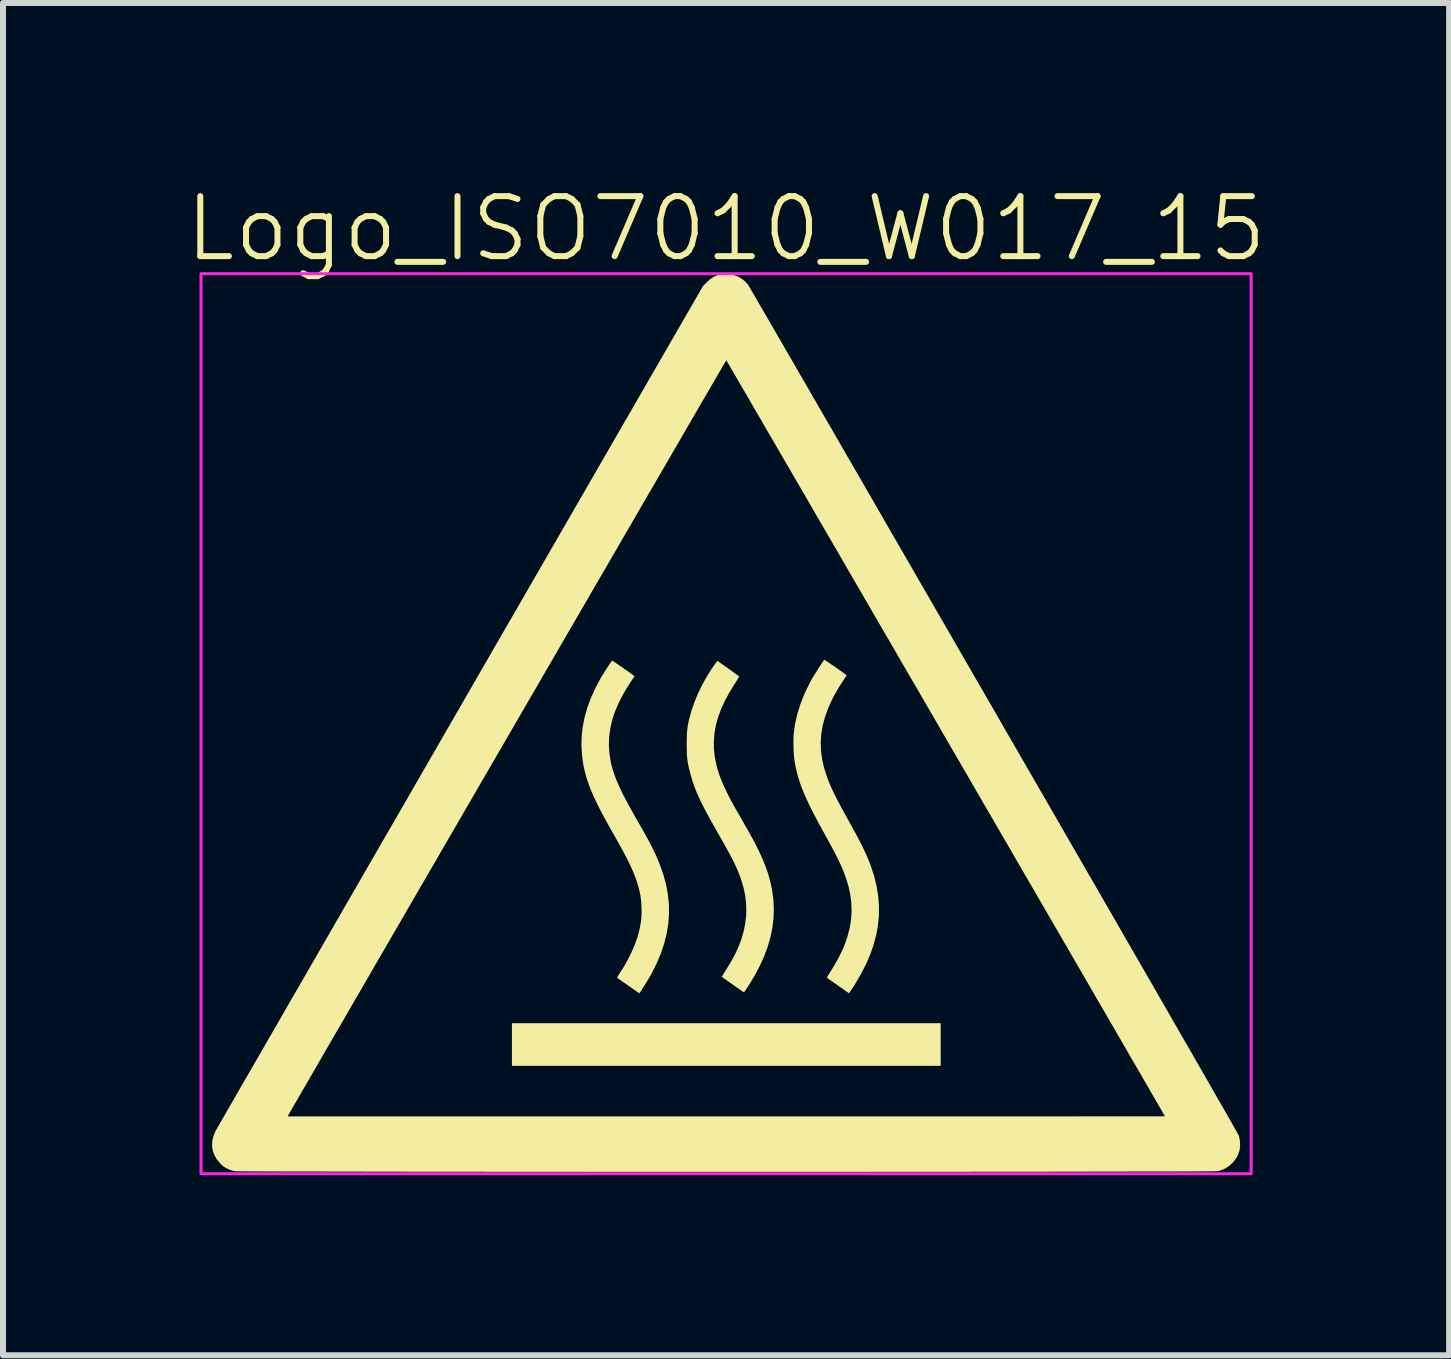
<source format=kicad_pcb>
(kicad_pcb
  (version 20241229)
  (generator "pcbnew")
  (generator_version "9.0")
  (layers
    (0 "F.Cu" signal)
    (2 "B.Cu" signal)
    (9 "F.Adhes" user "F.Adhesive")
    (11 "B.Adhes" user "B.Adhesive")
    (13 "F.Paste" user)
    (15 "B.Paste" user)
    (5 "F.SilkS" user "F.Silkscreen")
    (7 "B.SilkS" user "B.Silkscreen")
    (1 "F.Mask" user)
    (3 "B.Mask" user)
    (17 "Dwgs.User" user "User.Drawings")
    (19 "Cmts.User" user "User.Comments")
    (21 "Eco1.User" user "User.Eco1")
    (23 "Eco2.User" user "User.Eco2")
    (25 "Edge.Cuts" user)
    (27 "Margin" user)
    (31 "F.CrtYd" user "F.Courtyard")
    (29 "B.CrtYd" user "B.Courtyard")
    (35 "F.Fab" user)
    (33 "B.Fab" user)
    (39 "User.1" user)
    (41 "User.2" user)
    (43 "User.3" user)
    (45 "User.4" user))
  (footprint "Logo_ISO7010_W017_15"
    (layer "F.Cu")
    (at 9.05 9.011)
    (property "Reference" "Logo_ISO7010_W017_15" (at 0 -8.25 0) (unlocked yes) (layer "F.SilkS") (effects (font (size 1 1) (thickness 0.1))))
    (attr smd exclude_from_pos_files exclude_from_bom)
    (fp_poly (pts (xy 3.576 5.346) (xy 3.576 5.701) (xy 0.004 5.701) (xy -3.569 5.701) (xy -3.569 5.346) (xy -3.569 4.991) (xy 0.004 4.991) (xy 3.576 4.991)) (stroke (width 0) (type solid)) (fill yes) (layer "F.SilkS"))
    (fp_poly (pts (xy 1.642 -1.063) (xy 1.658 -1.052) (xy 1.683 -1.036) (xy 1.715 -1.015) (xy 1.752 -0.99) (xy 1.792 -0.963) (xy 1.833 -0.935) (xy 1.873 -0.906) (xy 1.912 -0.879) (xy 1.946 -0.855) (xy 1.975 -0.834) (xy 1.996 -0.818) (xy 2.007 -0.809) (xy 2.004 -0.802) (xy 1.995 -0.786) (xy 1.979 -0.761) (xy 1.96 -0.731) (xy 1.948 -0.713) (xy 1.886 -0.617) (xy 1.833 -0.528) (xy 1.786 -0.443) (xy 1.745 -0.358) (xy 1.706 -0.27) (xy 1.696 -0.245) (xy 1.646 -0.104) (xy 1.609 0.036) (xy 1.586 0.174) (xy 1.577 0.312) (xy 1.582 0.451) (xy 1.601 0.592) (xy 1.633 0.735) (xy 1.68 0.881) (xy 1.71 0.961) (xy 1.728 1.006) (xy 1.747 1.05) (xy 1.767 1.094) (xy 1.789 1.14) (xy 1.812 1.189) (xy 1.839 1.242) (xy 1.87 1.3) (xy 1.904 1.365) (xy 1.944 1.438) (xy 1.989 1.52) (xy 2.04 1.613) (xy 2.081 1.686) (xy 2.149 1.81) (xy 2.21 1.924) (xy 2.263 2.028) (xy 2.31 2.126) (xy 2.351 2.217) (xy 2.387 2.305) (xy 2.415 2.378) (xy 2.469 2.545) (xy 2.509 2.71) (xy 2.535 2.874) (xy 2.548 3.037) (xy 2.547 3.199) (xy 2.531 3.36) (xy 2.502 3.522) (xy 2.458 3.685) (xy 2.401 3.849) (xy 2.329 4.014) (xy 2.242 4.181) (xy 2.154 4.331) (xy 2.131 4.367) (xy 2.109 4.402) (xy 2.09 4.432) (xy 2.075 4.453) (xy 2.072 4.457) (xy 2.048 4.492) (xy 1.866 4.364) (xy 1.821 4.332) (xy 1.779 4.303) (xy 1.743 4.278) (xy 1.713 4.257) (xy 1.693 4.242) (xy 1.682 4.234) (xy 1.681 4.233) (xy 1.683 4.226) (xy 1.692 4.209) (xy 1.707 4.184) (xy 1.726 4.153) (xy 1.739 4.132) (xy 1.808 4.02) (xy 1.867 3.915) (xy 1.917 3.816) (xy 1.961 3.719) (xy 1.997 3.624) (xy 2.025 3.539) (xy 2.061 3.4) (xy 2.083 3.261) (xy 2.092 3.123) (xy 2.087 2.983) (xy 2.069 2.842) (xy 2.037 2.698) (xy 1.991 2.551) (xy 1.952 2.448) (xy 1.93 2.395) (xy 1.905 2.339) (xy 1.876 2.279) (xy 1.844 2.214) (xy 1.808 2.143) (xy 1.766 2.064) (xy 1.718 1.975) (xy 1.663 1.876) (xy 1.645 1.843) (xy 1.57 1.707) (xy 1.503 1.582) (xy 1.443 1.466) (xy 1.39 1.36) (xy 1.343 1.261) (xy 1.302 1.168) (xy 1.266 1.08) (xy 1.235 0.996) (xy 1.209 0.915) (xy 1.186 0.836) (xy 1.167 0.757) (xy 1.151 0.677) (xy 1.139 0.608) (xy 1.133 0.558) (xy 1.128 0.498) (xy 1.125 0.43) (xy 1.123 0.36) (xy 1.123 0.291) (xy 1.124 0.227) (xy 1.127 0.172) (xy 1.128 0.157) (xy 1.152 -0.007) (xy 1.19 -0.173) (xy 1.243 -0.339) (xy 1.31 -0.507) (xy 1.392 -0.675) (xy 1.429 -0.744) (xy 1.445 -0.77) (xy 1.467 -0.806) (xy 1.493 -0.848) (xy 1.521 -0.893) (xy 1.55 -0.939) (xy 1.579 -0.982) (xy 1.604 -1.02) (xy 1.625 -1.051) (xy 1.635 -1.066)) (stroke (width 0) (type solid)) (fill yes) (layer "F.SilkS"))
    (fp_poly (pts (xy -1.892 -1.048) (xy -1.874 -1.037) (xy -1.848 -1.02) (xy -1.815 -0.998) (xy -1.777 -0.972) (xy -1.734 -0.942) (xy -1.69 -0.911) (xy -1.645 -0.879) (xy -1.601 -0.848) (xy -1.56 -0.818) (xy -1.549 -0.809) (xy -1.525 -0.792) (xy -1.577 -0.716) (xy -1.659 -0.589) (xy -1.732 -0.461) (xy -1.796 -0.334) (xy -1.848 -0.209) (xy -1.89 -0.09) (xy -1.897 -0.063) (xy -1.93 0.08) (xy -1.949 0.224) (xy -1.953 0.368) (xy -1.942 0.511) (xy -1.918 0.653) (xy -1.909 0.688) (xy -1.891 0.755) (xy -1.87 0.821) (xy -1.846 0.889) (xy -1.819 0.96) (xy -1.786 1.034) (xy -1.749 1.113) (xy -1.707 1.199) (xy -1.658 1.292) (xy -1.602 1.394) (xy -1.54 1.506) (xy -1.494 1.587) (xy -1.434 1.691) (xy -1.382 1.784) (xy -1.335 1.867) (xy -1.294 1.942) (xy -1.258 2.01) (xy -1.226 2.073) (xy -1.198 2.131) (xy -1.172 2.186) (xy -1.148 2.24) (xy -1.125 2.294) (xy -1.105 2.345) (xy -1.045 2.513) (xy -1 2.679) (xy -0.97 2.844) (xy -0.953 3.008) (xy -0.951 3.171) (xy -0.963 3.334) (xy -0.99 3.498) (xy -1.031 3.662) (xy -1.086 3.826) (xy -1.156 3.992) (xy -1.24 4.16) (xy -1.266 4.206) (xy -1.28 4.231) (xy -1.298 4.261) (xy -1.32 4.296) (xy -1.343 4.333) (xy -1.367 4.371) (xy -1.389 4.407) (xy -1.41 4.439) (xy -1.427 4.465) (xy -1.439 4.483) (xy -1.446 4.492) (xy -1.446 4.492) (xy -1.452 4.488) (xy -1.469 4.476) (xy -1.494 4.459) (xy -1.528 4.435) (xy -1.567 4.408) (xy -1.611 4.377) (xy -1.63 4.364) (xy -1.676 4.332) (xy -1.717 4.303) (xy -1.753 4.277) (xy -1.783 4.256) (xy -1.804 4.241) (xy -1.815 4.233) (xy -1.816 4.232) (xy -1.813 4.225) (xy -1.804 4.208) (xy -1.789 4.184) (xy -1.77 4.153) (xy -1.761 4.139) (xy -1.72 4.075) (xy -1.685 4.018) (xy -1.654 3.963) (xy -1.624 3.906) (xy -1.591 3.84) (xy -1.584 3.825) (xy -1.525 3.691) (xy -1.478 3.561) (xy -1.443 3.431) (xy -1.419 3.301) (xy -1.417 3.288) (xy -1.411 3.22) (xy -1.408 3.144) (xy -1.409 3.063) (xy -1.414 2.983) (xy -1.421 2.908) (xy -1.428 2.861) (xy -1.442 2.792) (xy -1.459 2.724) (xy -1.479 2.656) (xy -1.502 2.586) (xy -1.53 2.513) (xy -1.562 2.437) (xy -1.599 2.355) (xy -1.642 2.267) (xy -1.692 2.171) (xy -1.748 2.067) (xy -1.811 1.953) (xy -1.88 1.832) (xy -1.959 1.692) (xy -2.03 1.563) (xy -2.094 1.443) (xy -2.15 1.332) (xy -2.199 1.228) (xy -2.242 1.13) (xy -2.279 1.037) (xy -2.31 0.949) (xy -2.337 0.863) (xy -2.358 0.779) (xy -2.376 0.696) (xy -2.39 0.612) (xy -2.4 0.528) (xy -2.41 0.369) (xy -2.407 0.211) (xy -2.389 0.053) (xy -2.358 -0.106) (xy -2.313 -0.266) (xy -2.253 -0.428) (xy -2.179 -0.591) (xy -2.103 -0.736) (xy -2.087 -0.765) (xy -2.066 -0.799) (xy -2.042 -0.837) (xy -2.017 -0.878) (xy -1.991 -0.918) (xy -1.966 -0.957) (xy -1.943 -0.991) (xy -1.923 -1.02) (xy -1.908 -1.04) (xy -1.9 -1.05) (xy -1.899 -1.051)) (stroke (width 0) (type solid)) (fill yes) (layer "F.SilkS"))
    (fp_poly (pts (xy -0.135 -1.04) (xy -0.117 -1.028) (xy -0.091 -1.01) (xy -0.059 -0.988) (xy -0.022 -0.962) (xy 0.018 -0.934) (xy 0.058 -0.905) (xy 0.097 -0.877) (xy 0.134 -0.85) (xy 0.166 -0.827) (xy 0.192 -0.809) (xy 0.209 -0.796) (xy 0.215 -0.791) (xy 0.214 -0.783) (xy 0.205 -0.765) (xy 0.19 -0.738) (xy 0.169 -0.705) (xy 0.149 -0.673) (xy 0.058 -0.526) (xy -0.019 -0.384) (xy -0.083 -0.245) (xy -0.133 -0.109) (xy -0.17 0.025) (xy -0.194 0.158) (xy -0.204 0.29) (xy -0.203 0.421) (xy -0.188 0.554) (xy -0.162 0.686) (xy -0.139 0.771) (xy -0.11 0.858) (xy -0.076 0.948) (xy -0.035 1.043) (xy 0.013 1.144) (xy 0.068 1.252) (xy 0.132 1.37) (xy 0.178 1.451) (xy 0.23 1.541) (xy 0.275 1.62) (xy 0.314 1.689) (xy 0.348 1.748) (xy 0.377 1.799) (xy 0.402 1.844) (xy 0.423 1.883) (xy 0.442 1.917) (xy 0.459 1.948) (xy 0.474 1.977) (xy 0.489 2.005) (xy 0.503 2.033) (xy 0.505 2.037) (xy 0.566 2.162) (xy 0.618 2.279) (xy 0.662 2.389) (xy 0.699 2.495) (xy 0.729 2.601) (xy 0.754 2.707) (xy 0.765 2.764) (xy 0.788 2.923) (xy 0.796 3.081) (xy 0.791 3.24) (xy 0.772 3.4) (xy 0.739 3.56) (xy 0.692 3.721) (xy 0.631 3.884) (xy 0.556 4.048) (xy 0.466 4.215) (xy 0.362 4.384) (xy 0.362 4.384) (xy 0.341 4.416) (xy 0.322 4.444) (xy 0.309 4.464) (xy 0.3 4.476) (xy 0.299 4.477) (xy 0.293 4.473) (xy 0.276 4.462) (xy 0.25 4.444) (xy 0.217 4.421) (xy 0.177 4.393) (xy 0.133 4.362) (xy 0.114 4.349) (xy 0.068 4.317) (xy 0.027 4.288) (xy -0.009 4.262) (xy -0.039 4.242) (xy -0.059 4.227) (xy -0.07 4.219) (xy -0.071 4.218) (xy -0.069 4.211) (xy -0.059 4.195) (xy -0.044 4.171) (xy -0.025 4.141) (xy -0.02 4.132) (xy 0.069 3.99) (xy 0.144 3.853) (xy 0.206 3.719) (xy 0.256 3.589) (xy 0.293 3.46) (xy 0.319 3.332) (xy 0.334 3.204) (xy 0.337 3.1) (xy 0.333 2.979) (xy 0.318 2.861) (xy 0.294 2.743) (xy 0.259 2.622) (xy 0.238 2.562) (xy 0.221 2.514) (xy 0.203 2.469) (xy 0.184 2.424) (xy 0.164 2.378) (xy 0.141 2.33) (xy 0.116 2.278) (xy 0.087 2.222) (xy 0.054 2.16) (xy 0.015 2.09) (xy -0.028 2.012) (xy -0.078 1.924) (xy -0.134 1.825) (xy -0.141 1.814) (xy -0.21 1.692) (xy -0.271 1.582) (xy -0.326 1.481) (xy -0.375 1.388) (xy -0.417 1.303) (xy -0.455 1.223) (xy -0.488 1.149) (xy -0.517 1.077) (xy -0.542 1.008) (xy -0.565 0.94) (xy -0.585 0.871) (xy -0.603 0.801) (xy -0.619 0.739) (xy -0.631 0.685) (xy -0.64 0.636) (xy -0.646 0.589) (xy -0.651 0.54) (xy -0.654 0.487) (xy -0.655 0.426) (xy -0.656 0.355) (xy -0.656 0.341) (xy -0.656 0.266) (xy -0.654 0.204) (xy -0.652 0.149) (xy -0.647 0.1) (xy -0.641 0.052) (xy -0.633 0.004) (xy -0.622 -0.049) (xy -0.608 -0.108) (xy -0.572 -0.233) (xy -0.526 -0.364) (xy -0.471 -0.497) (xy -0.408 -0.629) (xy -0.337 -0.758) (xy -0.337 -0.759) (xy -0.313 -0.799) (xy -0.287 -0.841) (xy -0.26 -0.884) (xy -0.233 -0.925) (xy -0.207 -0.962) (xy -0.184 -0.995) (xy -0.165 -1.021) (xy -0.151 -1.038) (xy -0.143 -1.045) (xy -0.142 -1.045)) (stroke (width 0) (type solid)) (fill yes) (layer "F.SilkS"))
    (fp_poly (pts (xy 0.05 -7.494) (xy 0.125 -7.479) (xy 0.197 -7.452) (xy 0.263 -7.415) (xy 0.321 -7.367) (xy 0.369 -7.312) (xy 0.374 -7.303) (xy 0.386 -7.283) (xy 0.405 -7.25) (xy 0.431 -7.205) (xy 0.464 -7.149) (xy 0.504 -7.081) (xy 0.549 -7.002) (xy 0.602 -6.912) (xy 0.66 -6.811) (xy 0.724 -6.7) (xy 0.794 -6.579) (xy 0.87 -6.448) (xy 0.951 -6.308) (xy 1.038 -6.158) (xy 1.13 -5.999) (xy 1.227 -5.831) (xy 1.329 -5.655) (xy 1.436 -5.47) (xy 1.547 -5.277) (xy 1.663 -5.077) (xy 1.783 -4.869) (xy 1.908 -4.653) (xy 2.036 -4.431) (xy 2.169 -4.202) (xy 2.305 -3.966) (xy 2.445 -3.724) (xy 2.588 -3.476) (xy 2.734 -3.222) (xy 2.884 -2.963) (xy 3.037 -2.699) (xy 3.192 -2.429) (xy 3.351 -2.155) (xy 3.511 -1.877) (xy 3.675 -1.594) (xy 3.84 -1.307) (xy 4.008 -1.017) (xy 4.177 -0.723) (xy 4.349 -0.426) (xy 4.464 -0.227) (xy 4.698 0.18) (xy 4.926 0.574) (xy 5.146 0.955) (xy 5.359 1.324) (xy 5.565 1.681) (xy 5.763 2.025) (xy 5.955 2.357) (xy 6.139 2.676) (xy 6.316 2.983) (xy 6.486 3.278) (xy 6.649 3.561) (xy 6.805 3.832) (xy 6.955 4.091) (xy 7.097 4.338) (xy 7.232 4.573) (xy 7.361 4.796) (xy 7.482 5.008) (xy 7.597 5.208) (xy 7.706 5.396) (xy 7.807 5.572) (xy 7.902 5.737) (xy 7.99 5.89) (xy 8.071 6.032) (xy 8.146 6.163) (xy 8.214 6.282) (xy 8.276 6.39) (xy 8.332 6.486) (xy 8.38 6.572) (xy 8.423 6.646) (xy 8.459 6.71) (xy 8.488 6.762) (xy 8.512 6.804) (xy 8.529 6.834) (xy 8.539 6.854) (xy 8.544 6.863) (xy 8.544 6.863) (xy 8.557 6.914) (xy 8.565 6.973) (xy 8.566 7.032) (xy 8.561 7.086) (xy 8.557 7.109) (xy 8.533 7.18) (xy 8.499 7.244) (xy 8.453 7.303) (xy 8.432 7.325) (xy 8.369 7.38) (xy 8.302 7.42) (xy 8.23 7.447) (xy 8.189 7.457) (xy 8.179 7.457) (xy 8.154 7.458) (xy 8.116 7.458) (xy 8.063 7.459) (xy 7.998 7.459) (xy 7.92 7.46) (xy 7.829 7.46) (xy 7.726 7.461) (xy 7.611 7.461) (xy 7.485 7.462) (xy 7.348 7.462) (xy 7.2 7.462) (xy 7.042 7.463) (xy 6.874 7.463) (xy 6.697 7.463) (xy 6.51 7.464) (xy 6.314 7.464) (xy 6.109 7.464) (xy 5.897 7.465) (xy 5.677 7.465) (xy 5.449 7.465) (xy 5.214 7.466) (xy 4.972 7.466) (xy 4.724 7.466) (xy 4.471 7.466) (xy 4.211 7.466) (xy 3.946 7.467) (xy 3.676 7.467) (xy 3.402 7.467) (xy 3.124 7.467) (xy 2.841 7.467) (xy 2.556 7.467) (xy 2.267 7.468) (xy 1.975 7.468) (xy 1.681 7.468) (xy 1.385 7.468) (xy 1.087 7.468) (xy 0.788 7.468) (xy 0.488 7.468) (xy 0.187 7.468) (xy -0.113 7.468) (xy -0.414 7.468) (xy -0.714 7.468) (xy -1.014 7.468) (xy -1.312 7.468) (xy -1.608 7.468) (xy -1.903 7.468) (xy -2.195 7.468) (xy -2.485 7.467) (xy -2.771 7.467) (xy -3.055 7.467) (xy -3.334 7.467) (xy -3.61 7.467) (xy -3.881 7.467) (xy -4.147 7.466) (xy -4.408 7.466) (xy -4.663 7.466) (xy -4.912 7.466) (xy -5.156 7.466) (xy -5.392 7.465) (xy -5.622 7.465) (xy -5.844 7.465) (xy -6.059 7.464) (xy -6.265 7.464) (xy -6.463 7.464) (xy -6.652 7.463) (xy -6.832 7.463) (xy -7.003 7.463) (xy -7.164 7.462) (xy -7.314 7.462) (xy -7.454 7.462) (xy -7.583 7.461) (xy -7.701 7.461) (xy -7.807 7.46) (xy -7.9 7.46) (xy -7.982 7.459) (xy -8.051 7.459) (xy -8.106 7.458) (xy -8.148 7.458) (xy -8.177 7.457) (xy -8.191 7.457) (xy -8.192 7.456) (xy -8.228 7.447) (xy -8.27 7.433) (xy -8.309 7.416) (xy -8.342 7.399) (xy -8.37 7.381) (xy -8.397 7.359) (xy -8.428 7.33) (xy -8.431 7.326) (xy -8.486 7.261) (xy -8.526 7.192) (xy -8.553 7.12) (xy -8.566 7.044) (xy -8.564 6.967) (xy -8.548 6.888) (xy -8.518 6.808) (xy -8.502 6.776) (xy -8.496 6.766) (xy -8.484 6.745) (xy -8.465 6.711) (xy -8.438 6.665) (xy -8.405 6.608) (xy -8.369 6.544) (xy -7.307 6.544) (xy 0.003 6.544) (xy 0.33 6.544) (xy 0.654 6.544) (xy 0.973 6.544) (xy 1.289 6.544) (xy 1.6 6.544) (xy 1.906 6.544) (xy 2.207 6.544) (xy 2.502 6.544) (xy 2.792 6.544) (xy 3.076 6.544) (xy 3.353 6.544) (xy 3.624 6.544) (xy 3.887 6.544) (xy 4.144 6.544) (xy 4.393 6.544) (xy 4.633 6.544) (xy 4.866 6.544) (xy 5.09 6.544) (xy 5.306 6.544) (xy 5.512 6.544) (xy 5.708 6.544) (xy 5.895 6.543) (xy 6.072 6.543) (xy 6.238 6.543) (xy 6.394 6.543) (xy 6.538 6.543) (xy 6.672 6.543) (xy 6.793 6.543) (xy 6.903 6.543) (xy 7 6.543) (xy 7.085 6.543) (xy 7.157 6.543) (xy 7.216 6.543) (xy 7.261 6.543) (xy 7.293 6.543) (xy 7.31 6.542) (xy 7.314 6.542) (xy 7.31 6.536) (xy 7.299 6.517) (xy 7.281 6.486) (xy 7.257 6.443) (xy 7.225 6.389) (xy 7.188 6.324) (xy 7.144 6.248) (xy 7.094 6.162) (xy 7.039 6.066) (xy 6.977 5.96) (xy 6.911 5.845) (xy 6.839 5.721) (xy 6.761 5.588) (xy 6.68 5.446) (xy 6.593 5.297) (xy 6.502 5.139) (xy 6.406 4.975) (xy 6.307 4.803) (xy 6.203 4.624) (xy 6.096 4.439) (xy 5.985 4.248) (xy 5.871 4.051) (xy 5.754 3.849) (xy 5.634 3.642) (xy 5.511 3.43) (xy 5.385 3.213) (xy 5.257 2.992) (xy 5.127 2.768) (xy 4.994 2.539) (xy 4.86 2.308) (xy 4.725 2.074) (xy 4.587 1.838) (xy 4.449 1.599) (xy 4.309 1.359) (xy 4.169 1.117) (xy 4.028 0.873) (xy 3.886 0.629) (xy 3.744 0.385) (xy 3.602 0.14) (xy 3.461 -0.105) (xy 3.319 -0.349) (xy 3.178 -0.592) (xy 3.037 -0.834) (xy 2.897 -1.075) (xy 2.759 -1.314) (xy 2.621 -1.551) (xy 2.485 -1.785) (xy 2.351 -2.017) (xy 2.218 -2.246) (xy 2.087 -2.471) (xy 1.959 -2.692) (xy 1.833 -2.91) (xy 1.709 -3.123) (xy 1.588 -3.331) (xy 1.47 -3.534) (xy 1.356 -3.732) (xy 1.244 -3.924) (xy 1.136 -4.11) (xy 1.032 -4.289) (xy 0.931 -4.462) (xy 0.835 -4.628) (xy 0.743 -4.786) (xy 0.655 -4.937) (xy 0.573 -5.08) (xy 0.494 -5.214) (xy 0.421 -5.34) (xy 0.354 -5.457) (xy 0.291 -5.564) (xy 0.234 -5.662) (xy 0.183 -5.75) (xy 0.138 -5.827) (xy 0.099 -5.894) (xy 0.067 -5.95) (xy 0.041 -5.994) (xy 0.021 -6.027) (xy 0.009 -6.048) (xy 0.004 -6.057) (xy 0.004 -6.057) (xy -0.000024 -6.051) (xy -0.011 -6.032) (xy -0.029 -6.001) (xy -0.054 -5.959) (xy -0.085 -5.905) (xy -0.123 -5.84) (xy -0.167 -5.765) (xy -0.217 -5.679) (xy -0.272 -5.583) (xy -0.334 -5.478) (xy -0.401 -5.363) (xy -0.473 -5.239) (xy -0.55 -5.106) (xy -0.632 -4.965) (xy -0.719 -4.815) (xy -0.81 -4.658) (xy -0.905 -4.494) (xy -1.005 -4.322) (xy -1.109 -4.144) (xy -1.216 -3.959) (xy -1.327 -3.768) (xy -1.441 -3.572) (xy -1.558 -3.37) (xy -1.679 -3.162) (xy -1.802 -2.95) (xy -1.927 -2.734) (xy -2.055 -2.513) (xy -2.186 -2.289) (xy -2.318 -2.061) (xy -2.452 -1.83) (xy -2.588 -1.596) (xy -2.725 -1.36) (xy -2.863 -1.121) (xy -3.003 -0.881) (xy -3.143 -0.639) (xy -3.284 -0.396) (xy -3.426 -0.152) (xy -3.567 0.092) (xy -3.709 0.337) (xy -3.851 0.581) (xy -3.993 0.825) (xy -4.134 1.068) (xy -4.274 1.31) (xy -4.414 1.551) (xy -4.552 1.79) (xy -4.69 2.026) (xy -4.825 2.261) (xy -4.96 2.492) (xy -5.092 2.72) (xy -5.223 2.945) (xy -5.351 3.167) (xy -5.477 3.384) (xy -5.6 3.596) (xy -5.721 3.804) (xy -5.839 4.007) (xy -5.953 4.205) (xy -6.064 4.397) (xy -6.172 4.582) (xy -6.276 4.762) (xy -6.376 4.935) (xy -6.472 5.1) (xy -6.564 5.258) (xy -6.651 5.409) (xy -6.734 5.551) (xy -6.811 5.686) (xy -6.884 5.811) (xy -6.951 5.928) (xy -7.013 6.035) (xy -7.07 6.132) (xy -7.12 6.22) (xy -7.165 6.297) (xy -7.204 6.363) (xy -7.236 6.419) (xy -7.261 6.463) (xy -7.28 6.496) (xy -7.292 6.516) (xy -7.296 6.524) (xy -7.307 6.544) (xy -8.369 6.544) (xy -8.366 6.539) (xy -8.32 6.459) (xy -8.268 6.369) (xy -8.209 6.267) (xy -8.145 6.156) (xy -8.075 6.034) (xy -7.999 5.902) (xy -7.917 5.761) (xy -7.83 5.61) (xy -7.738 5.451) (xy -7.641 5.282) (xy -7.539 5.105) (xy -7.432 4.92) (xy -7.321 4.726) (xy -7.205 4.525) (xy -7.084 4.317) (xy -6.96 4.101) (xy -6.831 3.878) (xy -6.699 3.648) (xy -6.563 3.412) (xy -6.423 3.17) (xy -6.28 2.922) (xy -6.133 2.668) (xy -5.984 2.408) (xy -5.831 2.144) (xy -5.675 1.874) (xy -5.517 1.6) (xy -5.356 1.322) (xy -5.193 1.039) (xy -5.028 0.752) (xy -4.86 0.462) (xy -4.691 0.168) (xy -4.52 -0.128) (xy -4.425 -0.293) (xy -0.384 -7.295) (xy -0.322 -7.358) (xy -0.265 -7.409) (xy -0.207 -7.447) (xy -0.145 -7.474) (xy -0.103 -7.485) (xy -0.027 -7.496)) (stroke (width 0) (type solid)) (fill yes) (layer "F.SilkS"))
    (fp_rect (start -8.75 -7.5) (end 8.75 7.5) (stroke (width 0.05) (type default)) (fill no) (layer "F.CrtYd")))
  (gr_rect
    (start -3 -3)
    (end 21.1 19.535)
    (stroke (width 0.1) (type default))
    (fill no)
    (layer "Edge.Cuts")))
</source>
